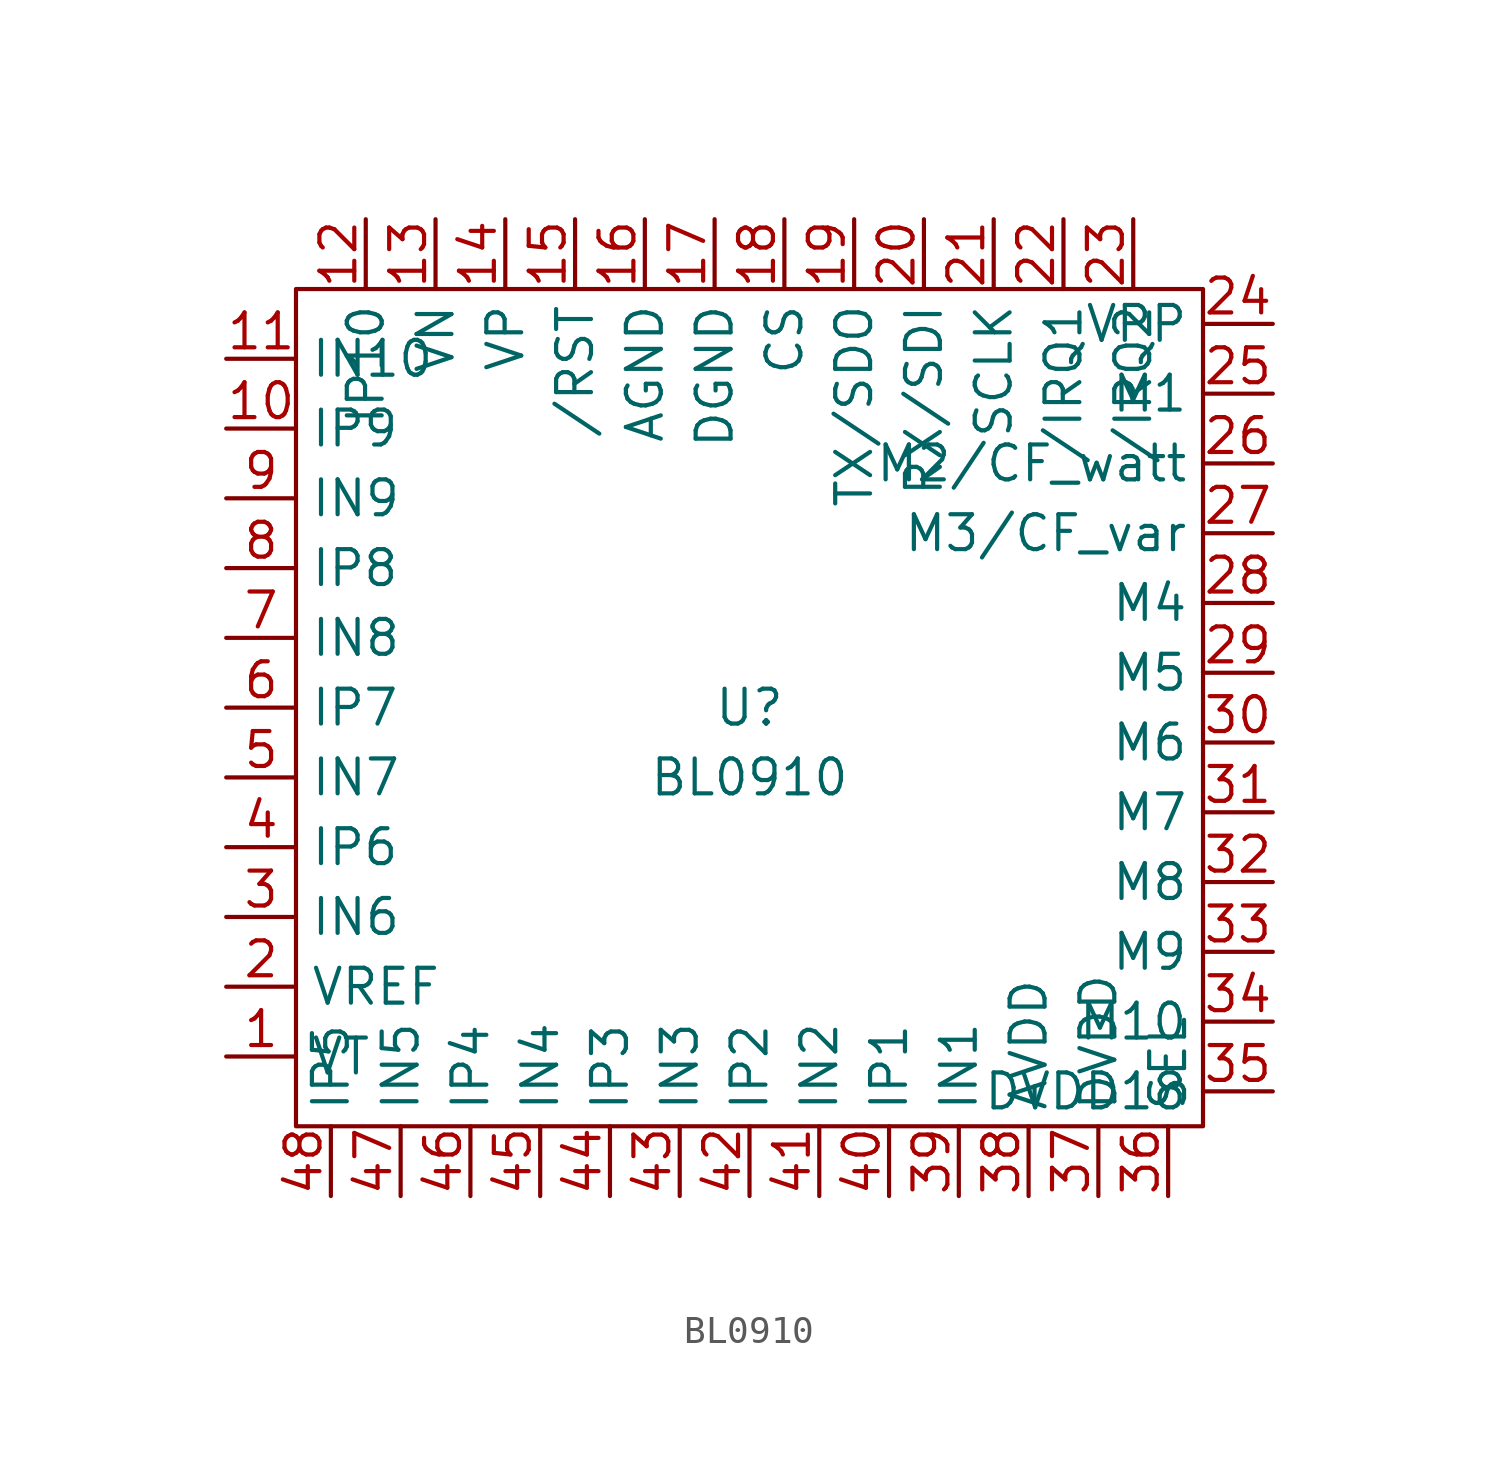
<source format=kicad_sym>
(kicad_symbol_lib
  (version 20231001)
  (symbol "BL0910"
    (property "Reference" "U"
      (at 0 0 0)
      (effects (font (size 1.27 1.27))))
    (property "Value" "BL0910"
      (at 0 -2.54 0)
      (effects (font (size 1.27 1.27))))
    (symbol "BL0910_1_1"
      (rectangle (start -16.51 -15.24) (end 16.51 15.24))
      (pin input line (at -19.05 -12.7 0) (length 2.54) (name "VT" (effects (font (size 1.27 1.27)))) (number "1" (effects (font (size 1.27 1.27)))))
      (pin input line (at -19.05 -10.16 0) (length 2.54) (name "VREF" (effects (font (size 1.27 1.27)))) (number "2" (effects (font (size 1.27 1.27)))))
      (pin input line (at -19.05 -7.62 0) (length 2.54) (name "IN6" (effects (font (size 1.27 1.27)))) (number "3" (effects (font (size 1.27 1.27)))))
      (pin input line (at -19.05 -5.08 0) (length 2.54) (name "IP6" (effects (font (size 1.27 1.27)))) (number "4" (effects (font (size 1.27 1.27)))))
      (pin input line (at -19.05 -2.54 0) (length 2.54) (name "IN7" (effects (font (size 1.27 1.27)))) (number "5" (effects (font (size 1.27 1.27)))))
      (pin input line (at -19.05 0.0 0) (length 2.54) (name "IP7" (effects (font (size 1.27 1.27)))) (number "6" (effects (font (size 1.27 1.27)))))
      (pin input line (at -19.05 2.54 0) (length 2.54) (name "IN8" (effects (font (size 1.27 1.27)))) (number "7" (effects (font (size 1.27 1.27)))))
      (pin input line (at -19.05 5.08 0) (length 2.54) (name "IP8" (effects (font (size 1.27 1.27)))) (number "8" (effects (font (size 1.27 1.27)))))
      (pin input line (at -19.05 7.62 0) (length 2.54) (name "IN9" (effects (font (size 1.27 1.27)))) (number "9" (effects (font (size 1.27 1.27)))))
      (pin input line (at -19.05 10.16 0) (length 2.54) (name "IP9" (effects (font (size 1.27 1.27)))) (number "10" (effects (font (size 1.27 1.27)))))
      (pin input line (at -19.05 12.7 0) (length 2.54) (name "IN10" (effects (font (size 1.27 1.27)))) (number "11" (effects (font (size 1.27 1.27)))))
      (pin input line (at -13.97 17.78 270) (length 2.54) (name "IP10" (effects (font (size 1.27 1.27)))) (number "12" (effects (font (size 1.27 1.27)))))
      (pin input line (at -11.43 17.78 270) (length 2.54) (name "VN" (effects (font (size 1.27 1.27)))) (number "13" (effects (font (size 1.27 1.27)))))
      (pin input line (at -8.89 17.78 270) (length 2.54) (name "VP" (effects (font (size 1.27 1.27)))) (number "14" (effects (font (size 1.27 1.27)))))
      (pin input line (at -6.35 17.78 270) (length 2.54) (name "/RST" (effects (font (size 1.27 1.27)))) (number "15" (effects (font (size 1.27 1.27)))))
      (pin passive line (at -3.81 17.78 270) (length 2.54) (name "AGND" (effects (font (size 1.27 1.27)))) (number "16" (effects (font (size 1.27 1.27)))))
      (pin passive line (at -1.27 17.78 270) (length 2.54) (name "DGND" (effects (font (size 1.27 1.27)))) (number "17" (effects (font (size 1.27 1.27)))))
      (pin input line (at 1.27 17.78 270) (length 2.54) (name "CS" (effects (font (size 1.27 1.27)))) (number "18" (effects (font (size 1.27 1.27)))))
      (pin output line (at 3.81 17.78 270) (length 2.54) (name "TX/SDO" (effects (font (size 1.27 1.27)))) (number "19" (effects (font (size 1.27 1.27)))))
      (pin input line (at 6.35 17.78 270) (length 2.54) (name "RX/SDI" (effects (font (size 1.27 1.27)))) (number "20" (effects (font (size 1.27 1.27)))))
      (pin input line (at 8.89 17.78 270) (length 2.54) (name "SCLK" (effects (font (size 1.27 1.27)))) (number "21" (effects (font (size 1.27 1.27)))))
      (pin output line (at 11.43 17.78 270) (length 2.54) (name "/IRQ1" (effects (font (size 1.27 1.27)))) (number "22" (effects (font (size 1.27 1.27)))))
      (pin output line (at 13.97 17.78 270) (length 2.54) (name "/IRQ2" (effects (font (size 1.27 1.27)))) (number "23" (effects (font (size 1.27 1.27)))))
      (pin unspecified line (at 19.05 13.97 180) (length 2.54) (name "VPP" (effects (font (size 1.27 1.27)))) (number "24" (effects (font (size 1.27 1.27)))))
      (pin output line (at 19.05 11.43 180) (length 2.54) (name "M1" (effects (font (size 1.27 1.27)))) (number "25" (effects (font (size 1.27 1.27)))))
      (pin output line (at 19.05 8.89 180) (length 2.54) (name "M2/CF_watt" (effects (font (size 1.27 1.27)))) (number "26" (effects (font (size 1.27 1.27)))))
      (pin output line (at 19.05 6.35 180) (length 2.54) (name "M3/CF_var" (effects (font (size 1.27 1.27)))) (number "27" (effects (font (size 1.27 1.27)))))
      (pin output line (at 19.05 3.81 180) (length 2.54) (name "M4" (effects (font (size 1.27 1.27)))) (number "28" (effects (font (size 1.27 1.27)))))
      (pin output line (at 19.05 1.27 180) (length 2.54) (name "M5" (effects (font (size 1.27 1.27)))) (number "29" (effects (font (size 1.27 1.27)))))
      (pin output line (at 19.05 -1.27 180) (length 2.54) (name "M6" (effects (font (size 1.27 1.27)))) (number "30" (effects (font (size 1.27 1.27)))))
      (pin output line (at 19.05 -3.81 180) (length 2.54) (name "M7" (effects (font (size 1.27 1.27)))) (number "31" (effects (font (size 1.27 1.27)))))
      (pin output line (at 19.05 -6.35 180) (length 2.54) (name "M8" (effects (font (size 1.27 1.27)))) (number "32" (effects (font (size 1.27 1.27)))))
      (pin output line (at 19.05 -8.89 180) (length 2.54) (name "M9" (effects (font (size 1.27 1.27)))) (number "33" (effects (font (size 1.27 1.27)))))
      (pin output line (at 19.05 -11.43 180) (length 2.54) (name "M10" (effects (font (size 1.27 1.27)))) (number "34" (effects (font (size 1.27 1.27)))))
      (pin passive line (at 19.05 -13.97 180) (length 2.54) (name "DVDD18" (effects (font (size 1.27 1.27)))) (number "35" (effects (font (size 1.27 1.27)))))
      (pin input line (at 15.24 -17.78 90) (length 2.54) (name "SEL" (effects (font (size 1.27 1.27)))) (number "36" (effects (font (size 1.27 1.27)))))
      (pin passive line (at 12.7 -17.78 90) (length 2.54) (name "DVDD" (effects (font (size 1.27 1.27)))) (number "37" (effects (font (size 1.27 1.27)))))
      (pin passive line (at 10.16 -17.78 90) (length 2.54) (name "AVDD" (effects (font (size 1.27 1.27)))) (number "38" (effects (font (size 1.27 1.27)))))
      (pin input line (at 7.62 -17.78 90) (length 2.54) (name "IN1" (effects (font (size 1.27 1.27)))) (number "39" (effects (font (size 1.27 1.27)))))
      (pin input line (at 5.08 -17.78 90) (length 2.54) (name "IP1" (effects (font (size 1.27 1.27)))) (number "40" (effects (font (size 1.27 1.27)))))
      (pin input line (at 2.54 -17.78 90) (length 2.54) (name "IN2" (effects (font (size 1.27 1.27)))) (number "41" (effects (font (size 1.27 1.27)))))
      (pin input line (at 0.0 -17.78 90) (length 2.54) (name "IP2" (effects (font (size 1.27 1.27)))) (number "42" (effects (font (size 1.27 1.27)))))
      (pin input line (at -2.54 -17.78 90) (length 2.54) (name "IN3" (effects (font (size 1.27 1.27)))) (number "43" (effects (font (size 1.27 1.27)))))
      (pin input line (at -5.08 -17.78 90) (length 2.54) (name "IP3" (effects (font (size 1.27 1.27)))) (number "44" (effects (font (size 1.27 1.27)))))
      (pin input line (at -7.62 -17.78 90) (length 2.54) (name "IN4" (effects (font (size 1.27 1.27)))) (number "45" (effects (font (size 1.27 1.27)))))
      (pin input line (at -10.16 -17.78 90) (length 2.54) (name "IP4" (effects (font (size 1.27 1.27)))) (number "46" (effects (font (size 1.27 1.27)))))
      (pin input line (at -12.7 -17.78 90) (length 2.54) (name "IN5" (effects (font (size 1.27 1.27)))) (number "47" (effects (font (size 1.27 1.27)))))
      (pin input line (at -15.24 -17.78 90) (length 2.54) (name "IP5" (effects (font (size 1.27 1.27)))) (number "48" (effects (font (size 1.27 1.27))))))))
</source>
